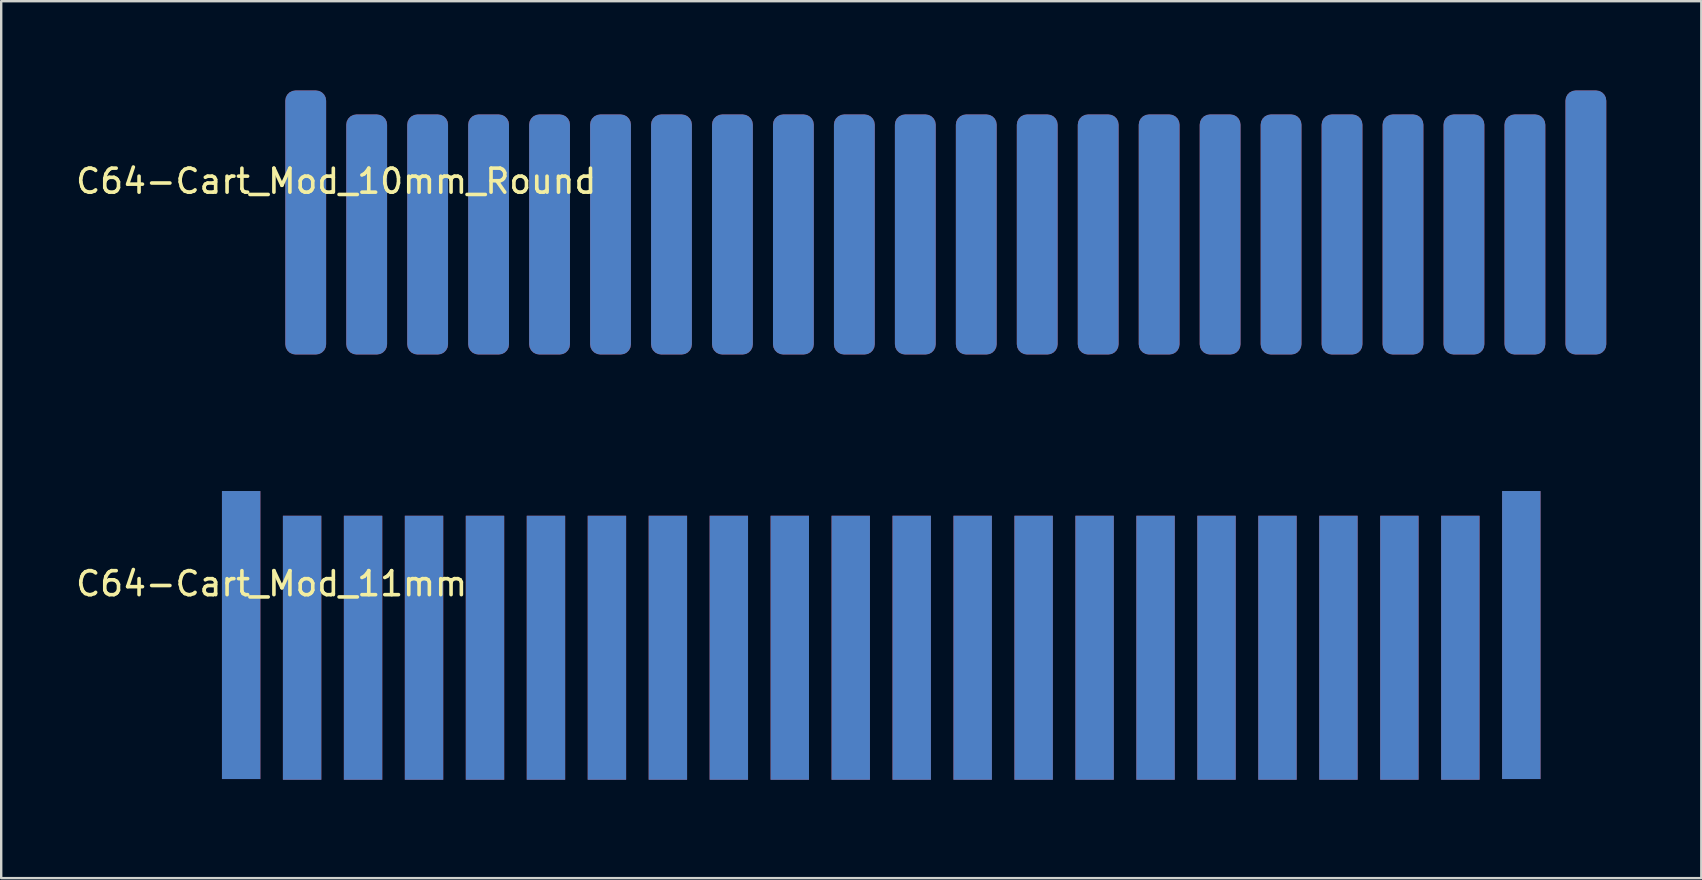
<source format=kicad_pcb>
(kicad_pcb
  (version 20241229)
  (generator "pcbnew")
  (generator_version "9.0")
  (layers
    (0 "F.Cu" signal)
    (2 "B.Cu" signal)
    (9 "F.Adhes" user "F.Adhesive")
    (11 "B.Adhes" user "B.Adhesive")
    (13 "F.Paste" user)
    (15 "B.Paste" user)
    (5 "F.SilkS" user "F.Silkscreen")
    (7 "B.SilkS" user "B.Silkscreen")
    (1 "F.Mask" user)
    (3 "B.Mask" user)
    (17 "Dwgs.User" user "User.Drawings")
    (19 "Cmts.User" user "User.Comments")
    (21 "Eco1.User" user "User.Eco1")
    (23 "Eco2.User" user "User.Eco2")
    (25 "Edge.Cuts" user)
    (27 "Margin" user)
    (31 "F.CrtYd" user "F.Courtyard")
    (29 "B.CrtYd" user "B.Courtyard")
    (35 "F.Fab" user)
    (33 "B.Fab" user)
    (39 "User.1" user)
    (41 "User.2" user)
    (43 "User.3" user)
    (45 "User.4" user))
  (footprint "C64-Cart_Mod_11mm"
    (layer "F.Cu")
    (at 4.458 30.29)
    (property "Reference" "C64-Cart_Mod_11mm" (at 3.81 -9.018 0) (layer "F.SilkS") (effects (font (size 1 1) (thickness 0.15))))
    (attr through_hole)
    (pad "" smd rect (at 28.89 -7.02 180) (size 57.6 13) (layers "F.Mask"))
    (pad "" smd rect (at 28.89 -7.02 180) (size 57.6 13) (layers "B.Mask"))
    (pad "1" smd rect (at 2.54 -6.88 180) (size 1.6 12) (layers "F.Cu" "F.Mask" "F.Paste"))
    (pad "2" smd rect (at 5.08 -6.35 180) (size 1.6 11) (layers "F.Cu" "F.Mask" "F.Paste"))
    (pad "3" smd rect (at 7.62 -6.35 180) (size 1.6 11) (layers "F.Cu" "F.Mask" "F.Paste"))
    (pad "4" smd rect (at 10.16 -6.35 180) (size 1.6 11) (layers "F.Cu" "F.Mask" "F.Paste"))
    (pad "5" smd rect (at 12.7 -6.35 180) (size 1.6 11) (layers "F.Cu" "F.Mask" "F.Paste"))
    (pad "6" smd rect (at 15.24 -6.35 180) (size 1.6 11) (layers "F.Cu" "F.Mask" "F.Paste"))
    (pad "7" smd rect (at 17.78 -6.35 180) (size 1.6 11) (layers "F.Cu" "F.Mask" "F.Paste"))
    (pad "8" smd rect (at 20.32 -6.35 180) (size 1.6 11) (layers "F.Cu" "F.Mask" "F.Paste"))
    (pad "9" smd rect (at 22.86 -6.35 180) (size 1.6 11) (layers "F.Cu" "F.Mask" "F.Paste"))
    (pad "10" smd rect (at 25.4 -6.35 180) (size 1.6 11) (layers "F.Cu" "F.Mask" "F.Paste"))
    (pad "11" smd rect (at 27.94 -6.35 180) (size 1.6 11) (layers "F.Cu" "F.Mask" "F.Paste"))
    (pad "12" smd rect (at 30.48 -6.35 180) (size 1.6 11) (layers "F.Cu" "F.Mask" "F.Paste"))
    (pad "13" smd rect (at 33.02 -6.35 180) (size 1.6 11) (layers "F.Cu" "F.Mask" "F.Paste"))
    (pad "14" smd rect (at 35.56 -6.35 180) (size 1.6 11) (layers "F.Cu" "F.Mask" "F.Paste"))
    (pad "15" smd rect (at 38.1 -6.35 180) (size 1.6 11) (layers "F.Cu" "F.Mask" "F.Paste"))
    (pad "16" smd rect (at 40.64 -6.35 180) (size 1.6 11) (layers "F.Cu" "F.Mask" "F.Paste"))
    (pad "17" smd rect (at 43.18 -6.35 180) (size 1.6 11) (layers "F.Cu" "F.Mask" "F.Paste"))
    (pad "18" smd rect (at 45.72 -6.35 180) (size 1.6 11) (layers "F.Cu" "F.Mask" "F.Paste"))
    (pad "19" smd rect (at 48.26 -6.35 180) (size 1.6 11) (layers "F.Cu" "F.Mask" "F.Paste"))
    (pad "20" smd rect (at 50.8 -6.35 180) (size 1.6 11) (layers "F.Cu" "F.Mask" "F.Paste"))
    (pad "21" smd rect (at 53.34 -6.35 180) (size 1.6 11) (layers "F.Cu" "F.Mask" "F.Paste"))
    (pad "22" smd rect (at 55.88 -6.88 180) (size 1.6 12) (layers "F.Cu" "F.Mask" "F.Paste"))
    (pad "A" smd rect (at 2.54 -6.88) (size 1.6 12) (layers "B.Cu" "B.Mask" "B.Paste"))
    (pad "B" smd rect (at 5.08 -6.35) (size 1.6 11) (layers "B.Cu" "B.Mask" "B.Paste"))
    (pad "C" smd rect (at 7.62 -6.35) (size 1.6 11) (layers "B.Cu" "B.Mask" "B.Paste"))
    (pad "D" smd rect (at 10.16 -6.35) (size 1.6 11) (layers "B.Cu" "B.Mask" "B.Paste"))
    (pad "E" smd rect (at 12.7 -6.35) (size 1.6 11) (layers "B.Cu" "B.Mask" "B.Paste"))
    (pad "F" smd rect (at 15.24 -6.35) (size 1.6 11) (layers "B.Cu" "B.Mask" "B.Paste"))
    (pad "H" smd rect (at 17.78 -6.35) (size 1.6 11) (layers "B.Cu" "B.Mask" "B.Paste"))
    (pad "J" smd rect (at 20.32 -6.35) (size 1.6 11) (layers "B.Cu" "B.Mask" "B.Paste"))
    (pad "K" smd rect (at 22.86 -6.35) (size 1.6 11) (layers "B.Cu" "B.Mask" "B.Paste"))
    (pad "L" smd rect (at 25.4 -6.35) (size 1.6 11) (layers "B.Cu" "B.Mask" "B.Paste"))
    (pad "M" smd rect (at 27.94 -6.35) (size 1.6 11) (layers "B.Cu" "B.Mask" "B.Paste"))
    (pad "N" smd rect (at 30.48 -6.35) (size 1.6 11) (layers "B.Cu" "B.Mask" "B.Paste"))
    (pad "P" smd rect (at 33.02 -6.35) (size 1.6 11) (layers "B.Cu" "B.Mask" "B.Paste"))
    (pad "R" smd rect (at 35.56 -6.35) (size 1.6 11) (layers "B.Cu" "B.Mask" "B.Paste"))
    (pad "S" smd rect (at 38.1 -6.35) (size 1.6 11) (layers "B.Cu" "B.Mask" "B.Paste"))
    (pad "T" smd rect (at 40.64 -6.35) (size 1.6 11) (layers "B.Cu" "B.Mask" "B.Paste"))
    (pad "U" smd rect (at 43.18 -6.35) (size 1.6 11) (layers "B.Cu" "B.Mask" "B.Paste"))
    (pad "V" smd rect (at 45.72 -6.35) (size 1.6 11) (layers "B.Cu" "B.Mask" "B.Paste"))
    (pad "W" smd rect (at 48.26 -6.35) (size 1.6 11) (layers "B.Cu" "B.Mask" "B.Paste"))
    (pad "X" smd rect (at 50.8 -6.35) (size 1.6 11) (layers "B.Cu" "B.Mask" "B.Paste"))
    (pad "Y" smd rect (at 53.34 -6.35) (size 1.6 11) (layers "B.Cu" "B.Mask" "B.Paste"))
    (pad "Z" smd rect (at 55.88 -6.88) (size 1.6 12) (layers "B.Cu" "B.Mask" "B.Paste")))
  (footprint "C64-Cart_Mod_10mm_Round"
    (layer "F.Cu")
    (at 7.148 13.52)
    (property "Reference" "C64-Cart_Mod_10mm_Round" (at 3.81 -9.018 0) (layer "F.SilkS") (effects (font (size 1 1) (thickness 0.15))))
    (attr through_hole)
    (pad "" smd rect (at 28.89 -7.52 180) (size 57.6 12) (layers "F.Mask"))
    (pad "" smd rect (at 28.89 -7.52 180) (size 57.6 12) (layers "B.Mask"))
    (pad "1" smd roundrect (at 2.54 -7.3 180) (size 1.7 11) (layers "F.Cu" "F.Mask" "F.Paste") (roundrect_rratio 0.25))
    (pad "2" smd roundrect (at 5.08 -6.8 180) (size 1.7 10) (layers "F.Cu" "F.Mask" "F.Paste") (roundrect_rratio 0.25))
    (pad "3" smd roundrect (at 7.62 -6.8 180) (size 1.7 10) (layers "F.Cu" "F.Mask" "F.Paste") (roundrect_rratio 0.25))
    (pad "4" smd roundrect (at 10.16 -6.8 180) (size 1.7 10) (layers "F.Cu" "F.Mask" "F.Paste") (roundrect_rratio 0.25))
    (pad "5" smd roundrect (at 12.7 -6.8 180) (size 1.7 10) (layers "F.Cu" "F.Mask" "F.Paste") (roundrect_rratio 0.25))
    (pad "6" smd roundrect (at 15.24 -6.8 180) (size 1.7 10) (layers "F.Cu" "F.Mask" "F.Paste") (roundrect_rratio 0.25))
    (pad "7" smd roundrect (at 17.78 -6.8 180) (size 1.7 10) (layers "F.Cu" "F.Mask" "F.Paste") (roundrect_rratio 0.25))
    (pad "8" smd roundrect (at 20.32 -6.8 180) (size 1.7 10) (layers "F.Cu" "F.Mask" "F.Paste") (roundrect_rratio 0.25))
    (pad "9" smd roundrect (at 22.86 -6.8 180) (size 1.7 10) (layers "F.Cu" "F.Mask" "F.Paste") (roundrect_rratio 0.25))
    (pad "10" smd roundrect (at 25.4 -6.8 180) (size 1.7 10) (layers "F.Cu" "F.Mask" "F.Paste") (roundrect_rratio 0.25))
    (pad "11" smd roundrect (at 27.94 -6.8 180) (size 1.7 10) (layers "F.Cu" "F.Mask" "F.Paste") (roundrect_rratio 0.25))
    (pad "12" smd roundrect (at 30.48 -6.8 180) (size 1.7 10) (layers "F.Cu" "F.Mask" "F.Paste") (roundrect_rratio 0.25))
    (pad "13" smd roundrect (at 33.02 -6.8 180) (size 1.7 10) (layers "F.Cu" "F.Mask" "F.Paste") (roundrect_rratio 0.25))
    (pad "14" smd roundrect (at 35.56 -6.8 180) (size 1.7 10) (layers "F.Cu" "F.Mask" "F.Paste") (roundrect_rratio 0.25))
    (pad "15" smd roundrect (at 38.1 -6.8 180) (size 1.7 10) (layers "F.Cu" "F.Mask" "F.Paste") (roundrect_rratio 0.25))
    (pad "16" smd roundrect (at 40.64 -6.8 180) (size 1.7 10) (layers "F.Cu" "F.Mask" "F.Paste") (roundrect_rratio 0.25))
    (pad "17" smd roundrect (at 43.18 -6.8 180) (size 1.7 10) (layers "F.Cu" "F.Mask" "F.Paste") (roundrect_rratio 0.25))
    (pad "18" smd roundrect (at 45.72 -6.8 180) (size 1.7 10) (layers "F.Cu" "F.Mask" "F.Paste") (roundrect_rratio 0.25))
    (pad "19" smd roundrect (at 48.26 -6.8 180) (size 1.7 10) (layers "F.Cu" "F.Mask" "F.Paste") (roundrect_rratio 0.25))
    (pad "20" smd roundrect (at 50.8 -6.8 180) (size 1.7 10) (layers "F.Cu" "F.Mask" "F.Paste") (roundrect_rratio 0.25))
    (pad "21" smd roundrect (at 53.34 -6.8 180) (size 1.7 10) (layers "F.Cu" "F.Mask" "F.Paste") (roundrect_rratio 0.25))
    (pad "22" smd roundrect (at 55.88 -7.3 180) (size 1.7 11) (layers "F.Cu" "F.Mask" "F.Paste") (roundrect_rratio 0.25))
    (pad "A" smd roundrect (at 2.54 -7.3) (size 1.7 11) (layers "B.Cu" "B.Mask" "B.Paste") (roundrect_rratio 0.25))
    (pad "B" smd roundrect (at 5.08 -6.8) (size 1.7 10) (layers "B.Cu" "B.Mask" "B.Paste") (roundrect_rratio 0.25))
    (pad "C" smd roundrect (at 7.62 -6.8) (size 1.7 10) (layers "B.Cu" "B.Mask" "B.Paste") (roundrect_rratio 0.25))
    (pad "D" smd roundrect (at 10.16 -6.8) (size 1.7 10) (layers "B.Cu" "B.Mask" "B.Paste") (roundrect_rratio 0.25))
    (pad "E" smd roundrect (at 12.7 -6.8) (size 1.7 10) (layers "B.Cu" "B.Mask" "B.Paste") (roundrect_rratio 0.25))
    (pad "F" smd roundrect (at 15.24 -6.8) (size 1.7 10) (layers "B.Cu" "B.Mask" "B.Paste") (roundrect_rratio 0.25))
    (pad "H" smd roundrect (at 17.78 -6.8) (size 1.7 10) (layers "B.Cu" "B.Mask" "B.Paste") (roundrect_rratio 0.25))
    (pad "J" smd roundrect (at 20.32 -6.8) (size 1.7 10) (layers "B.Cu" "B.Mask" "B.Paste") (roundrect_rratio 0.25))
    (pad "K" smd roundrect (at 22.86 -6.8) (size 1.7 10) (layers "B.Cu" "B.Mask" "B.Paste") (roundrect_rratio 0.25))
    (pad "L" smd roundrect (at 25.4 -6.8) (size 1.7 10) (layers "B.Cu" "B.Mask" "B.Paste") (roundrect_rratio 0.25))
    (pad "M" smd roundrect (at 27.94 -6.8) (size 1.7 10) (layers "B.Cu" "B.Mask" "B.Paste") (roundrect_rratio 0.25))
    (pad "N" smd roundrect (at 30.48 -6.8) (size 1.7 10) (layers "B.Cu" "B.Mask" "B.Paste") (roundrect_rratio 0.25))
    (pad "P" smd roundrect (at 33.02 -6.8) (size 1.7 10) (layers "B.Cu" "B.Mask" "B.Paste") (roundrect_rratio 0.25))
    (pad "R" smd roundrect (at 35.56 -6.8) (size 1.7 10) (layers "B.Cu" "B.Mask" "B.Paste") (roundrect_rratio 0.25))
    (pad "S" smd roundrect (at 38.1 -6.8) (size 1.7 10) (layers "B.Cu" "B.Mask" "B.Paste") (roundrect_rratio 0.25))
    (pad "T" smd roundrect (at 40.64 -6.8) (size 1.7 10) (layers "B.Cu" "B.Mask" "B.Paste") (roundrect_rratio 0.25))
    (pad "U" smd roundrect (at 43.18 -6.8) (size 1.7 10) (layers "B.Cu" "B.Mask" "B.Paste") (roundrect_rratio 0.25))
    (pad "V" smd roundrect (at 45.72 -6.8) (size 1.7 10) (layers "B.Cu" "B.Mask" "B.Paste") (roundrect_rratio 0.25))
    (pad "W" smd roundrect (at 48.26 -6.8) (size 1.7 10) (layers "B.Cu" "B.Mask" "B.Paste") (roundrect_rratio 0.25))
    (pad "X" smd roundrect (at 50.8 -6.8) (size 1.7 10) (layers "B.Cu" "B.Mask" "B.Paste") (roundrect_rratio 0.25))
    (pad "Y" smd roundrect (at 53.34 -6.8) (size 1.7 10) (layers "B.Cu" "B.Mask" "B.Paste") (roundrect_rratio 0.25))
    (pad "Z" smd roundrect (at 55.88 -7.3) (size 1.7 11) (layers "B.Cu" "B.Mask" "B.Paste") (roundrect_rratio 0.25)))
  (gr_rect
    (start -3 -3)
    (end 67.838 33.54)
    (stroke (width 0.1) (type default))
    (fill no)
    (layer "Edge.Cuts")))
</source>
